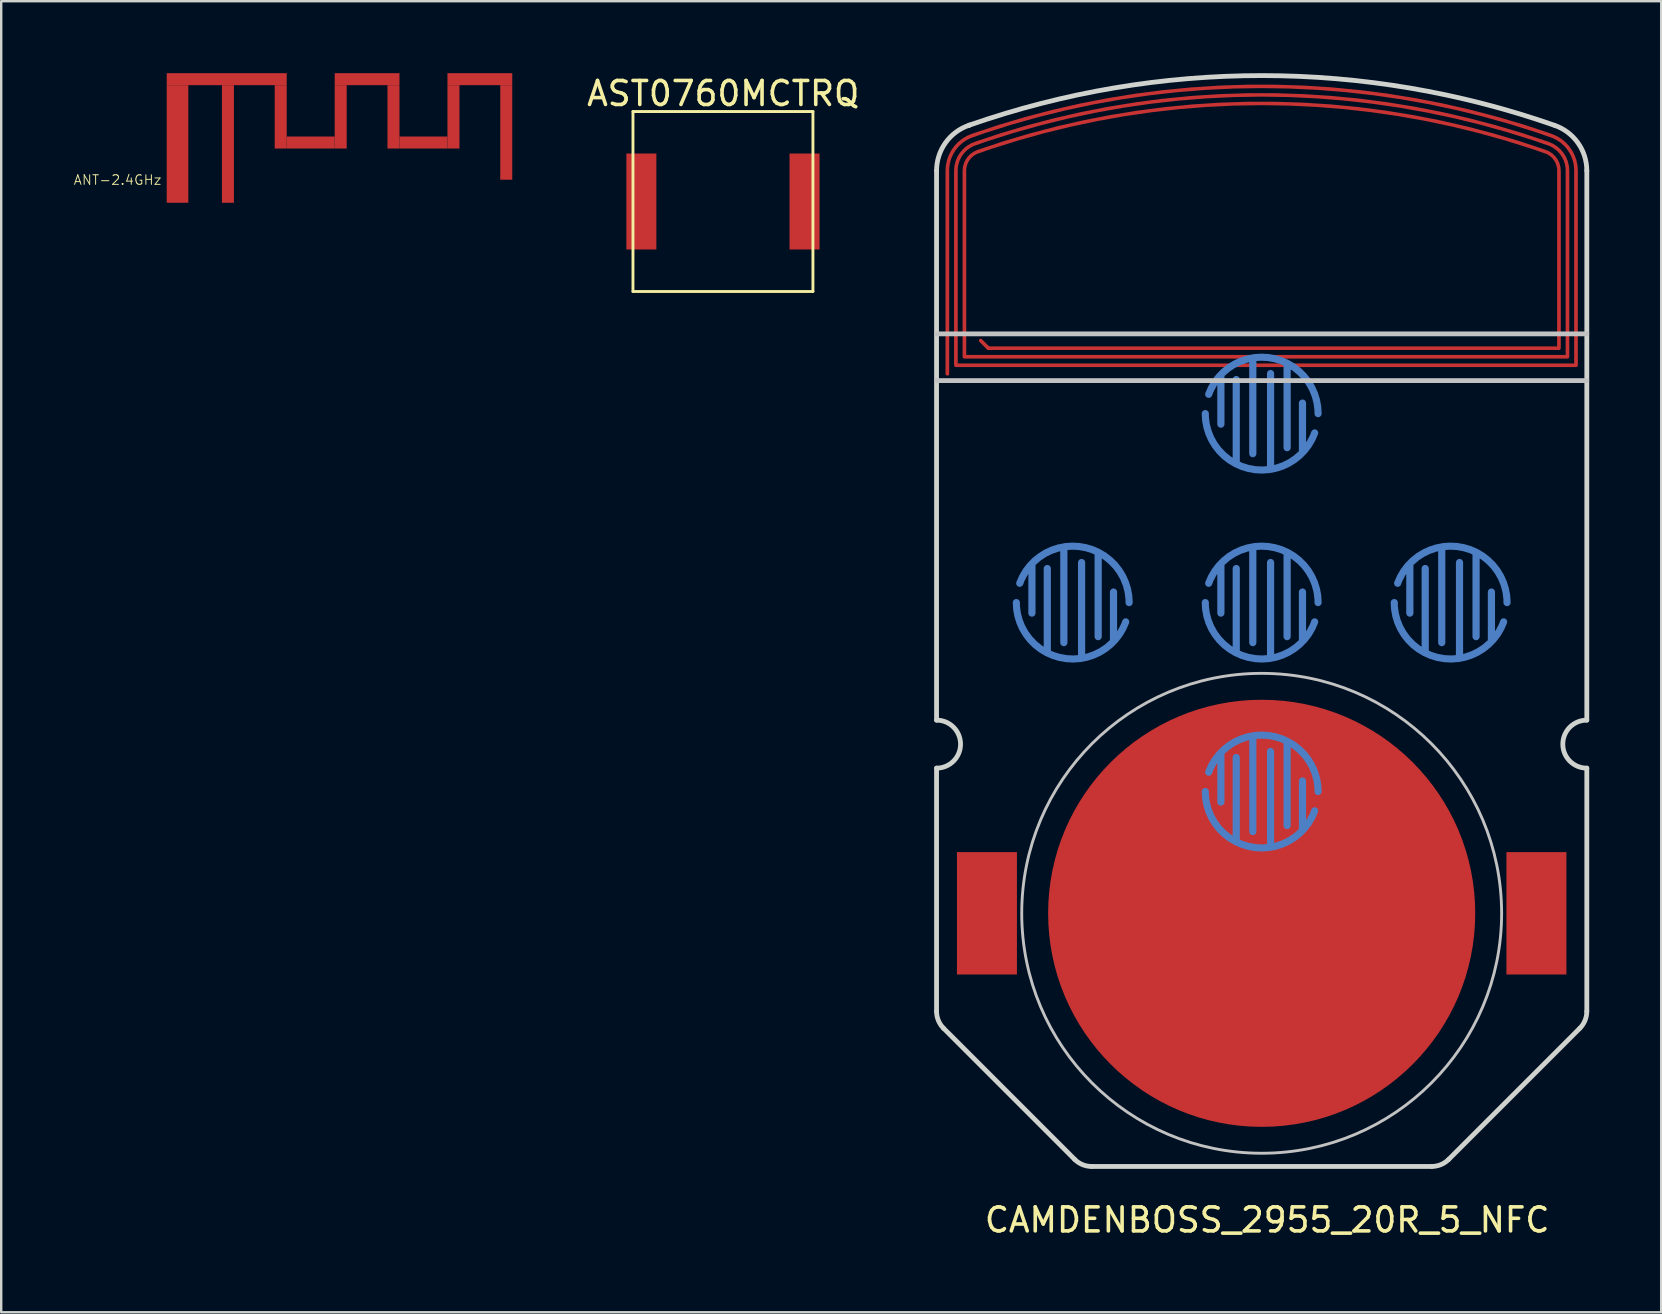
<source format=kicad_pcb>
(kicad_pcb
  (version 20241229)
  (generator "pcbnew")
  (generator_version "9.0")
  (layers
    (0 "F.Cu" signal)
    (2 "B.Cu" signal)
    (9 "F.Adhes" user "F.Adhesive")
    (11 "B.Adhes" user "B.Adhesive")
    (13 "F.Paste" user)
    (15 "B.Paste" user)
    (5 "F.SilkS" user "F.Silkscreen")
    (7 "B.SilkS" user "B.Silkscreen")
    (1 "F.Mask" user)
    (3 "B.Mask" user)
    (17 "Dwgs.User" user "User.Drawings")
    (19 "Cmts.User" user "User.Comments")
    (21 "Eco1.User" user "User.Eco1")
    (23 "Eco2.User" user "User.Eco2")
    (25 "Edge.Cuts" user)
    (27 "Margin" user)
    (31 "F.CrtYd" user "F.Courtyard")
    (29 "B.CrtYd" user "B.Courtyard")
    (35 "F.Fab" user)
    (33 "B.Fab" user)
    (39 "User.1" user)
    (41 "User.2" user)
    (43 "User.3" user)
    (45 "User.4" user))
  (footprint "ANT-2.4GHz"
    (layer "F.Cu")
    (at 4.349 2.95)
    (property "Reference" "ANT-2.4GHz" (at -2.5 1.5 0) (layer "F.SilkS") (effects (font (size 0.4 0.4) (thickness 0.04))))
    (attr through_hole)
    (pad "1" smd rect (at 0 0) (size 0.9 4.9) (layers "F.Cu"))
    (pad "2" smd rect (at 2.1 0) (size 0.5 4.9) (layers "F.Cu"))
    (pad "3" smd rect (at 2.05 -2.7) (size 5 0.5) (layers "F.Cu"))
    (pad "3" smd rect (at 4.3 -1.13) (size 0.5 2.64) (layers "F.Cu"))
    (pad "3" smd rect (at 5.55 -0.06) (size 2 0.5) (layers "F.Cu"))
    (pad "3" smd rect (at 6.8 -1.13) (size 0.5 2.64) (layers "F.Cu"))
    (pad "3" smd rect (at 7.9 -2.7) (size 2.7 0.5) (layers "F.Cu"))
    (pad "3" smd rect (at 9 -1.13) (size 0.5 2.64) (layers "F.Cu"))
    (pad "3" smd rect (at 10.25 -0.06) (size 2 0.5) (layers "F.Cu"))
    (pad "3" smd rect (at 11.5 -1.13) (size 0.5 2.64) (layers "F.Cu"))
    (pad "3" smd rect (at 12.6 -2.7) (size 2.7 0.5) (layers "F.Cu"))
    (pad "3" smd rect (at 13.7 -0.48) (size 0.5 3.94) (layers "F.Cu")))
  (footprint "CAMDENBOSS_2955_20R_5_NFC"
    (layer "F.Cu")
    (at 49.532 22.063)
    (property "Reference" "CAMDENBOSS_2955_20R_5_NFC" (at 0.23 25.73 0) (layer "F.SilkS") (effects (font (size 1 1) (thickness 0.15))))
    (attr through_hole)
    (fp_line (start -13.55 -11.2) (end 13.55 -11.2) (stroke (width 0.2) (type solid)) (layer "Dwgs.User"))
    (fp_line (start -13.55 -9.25) (end 13.55 -9.25) (stroke (width 0.2) (type solid)) (layer "Dwgs.User"))
    (fp_circle (center 0 12.95) (end 10 12.95) (stroke (width 0.12) (type solid)) (fill no) (layer "Dwgs.User"))
    (fp_line (start -13.55 -18) (end -13.55 4.9) (stroke (width 0.2) (type solid)) (layer "Edge.Cuts"))
    (fp_line (start -13.55 6.9) (end -13.55 17.036) (stroke (width 0.2) (type solid)) (layer "Edge.Cuts"))
    (fp_line (start -13.257 17.743) (end -7.793 23.207) (stroke (width 0.2) (type solid)) (layer "Edge.Cuts"))
    (fp_line (start -12.201 -19.891) (end -12.171 -19.901) (stroke (width 0.2) (type solid)) (layer "Edge.Cuts"))
    (fp_line (start -7.086 23.5) (end 7.086 23.5) (stroke (width 0.2) (type solid)) (layer "Edge.Cuts"))
    (fp_line (start 7.793 23.207) (end 13.257 17.743) (stroke (width 0.2) (type solid)) (layer "Edge.Cuts"))
    (fp_line (start 13.55 4.9) (end 13.55 -18) (stroke (width 0.2) (type solid)) (layer "Edge.Cuts"))
    (fp_line (start 13.55 17.036) (end 13.55 6.9) (stroke (width 0.2) (type solid)) (layer "Edge.Cuts"))
    (fp_arc (start -13.55 -18) (mid -13.178231 -19.161406) (end -12.201136 -19.891037) (stroke (width 0.2) (type solid)) (layer "Edge.Cuts"))
    (fp_arc (start -13.549999 4.9) (mid -12.549999 5.9) (end -13.549999 6.9) (stroke (width 0.2) (type solid)) (layer "Edge.Cuts"))
    (fp_arc (start -13.257106 17.742893) (mid -13.473879 17.41847) (end -13.549999 17.035786) (stroke (width 0.2) (type solid)) (layer "Edge.Cuts"))
    (fp_arc (start -12.171473 -19.901395) (mid 0.015709 -21.962845) (end 12.201135 -19.891037) (stroke (width 0.2) (type solid)) (layer "Edge.Cuts"))
    (fp_arc (start -7.085786 23.499999) (mid -7.468469 23.423879) (end -7.792893 23.207106) (stroke (width 0.2) (type solid)) (layer "Edge.Cuts"))
    (fp_arc (start 7.792893 23.207106) (mid 7.46847 23.423879) (end 7.085786 23.5) (stroke (width 0.2) (type solid)) (layer "Edge.Cuts"))
    (fp_arc (start 12.201135 -19.891037) (mid 13.17823 -19.161406) (end 13.549999 -18) (stroke (width 0.2) (type solid)) (layer "Edge.Cuts"))
    (fp_arc (start 13.549999 6.9) (mid 12.549999 5.9) (end 13.549999 4.9) (stroke (width 0.2) (type solid)) (layer "Edge.Cuts"))
    (fp_arc (start 13.55 17.035787) (mid 13.473879 17.41847) (end 13.257106 17.742893) (stroke (width 0.2) (type solid)) (layer "Edge.Cuts"))
    (pad "" smd circle (at -7.875 0) (size 5 5) (layers "B.Mask"))
    (pad "" smd circle (at 0 -7.875) (size 5 5) (layers "B.Mask"))
    (pad "" smd circle (at 0 0) (size 5 5) (layers "B.Mask"))
    (pad "" smd circle (at 0 7.875) (size 5 5) (layers "B.Mask"))
    (pad "" smd circle (at 7.875 0) (size 5 5) (layers "B.Mask"))
    (pad "1" smd circle (at 0 12.95 180) (size 17.8 17.8) (layers "F.Cu" "F.Mask"))
    (pad "2" smd rect (at -11.45 12.95 180) (size 2.5 5.1) (layers "F.Cu" "F.Mask" "F.Paste"))
    (pad "2" smd rect (at 11.45 12.95 180) (size 2.5 5.1) (layers "F.Cu" "F.Mask" "F.Paste"))
    (pad "3" smd custom (at 2.35 -7.875) (size 0.3 0.3) (layers "B.Cu") (options (anchor circle)) (primitives (gr_arc (start -4.558278 -0.803747) (mid -1.941927 -2.314298) (end 0 0) (width 0.3)) (gr_line (start -2.72 -2.31) (end -2.72 1.67) (width 0.3)) (gr_line (start -1.29 -2.08) (end -1.29 1.42) (width 0.3)) (gr_line (start -4.05 0.44) (end -4.05 -1.61) (width 0.3))))
    (pad "4" smd custom (at -2.35 -7.875) (size 0.3 0.3) (layers "B.Cu" "B.Mask") (options (anchor circle)) (primitives (gr_line (start 1.29 2.08) (end 1.29 -1.42) (width 0.3)) (gr_line (start 4.05 -0.44) (end 4.05 1.61) (width 0.3)) (gr_arc (start 4.558278 0.803747) (mid 1.941927 2.314298) (end 0 0) (width 0.3)) (gr_line (start 2.72 2.31) (end 2.72 -1.67) (width 0.3))))
    (pad "5" smd custom (at 10.225 0) (size 0.3 0.3) (layers "B.Cu") (options (anchor circle)) (primitives (gr_arc (start -4.558278 -0.803747) (mid -1.941927 -2.314298) (end 0 0) (width 0.3)) (gr_line (start -2.72 -2.31) (end -2.72 1.67) (width 0.3)) (gr_line (start -1.29 -2.08) (end -1.29 1.42) (width 0.3)) (gr_line (start -4.05 0.44) (end -4.05 -1.61) (width 0.3))))
    (pad "6" smd custom (at 5.525 0) (size 0.3 0.3) (layers "B.Cu" "B.Mask") (options (anchor circle)) (primitives (gr_line (start 1.29 2.08) (end 1.29 -1.42) (width 0.3)) (gr_line (start 4.05 -0.44) (end 4.05 1.61) (width 0.3)) (gr_arc (start 4.558278 0.803747) (mid 1.941927 2.314298) (end 0 0) (width 0.3)) (gr_line (start 2.72 2.31) (end 2.72 -1.67) (width 0.3))))
    (pad "7" smd custom (at 2.35 7.875) (size 0.3 0.3) (layers "B.Cu") (options (anchor circle)) (primitives (gr_arc (start -4.558278 -0.803747) (mid -1.941927 -2.314298) (end 0 0) (width 0.3)) (gr_line (start -2.72 -2.31) (end -2.72 1.67) (width 0.3)) (gr_line (start -1.29 -2.08) (end -1.29 1.42) (width 0.3)) (gr_line (start -4.05 0.44) (end -4.05 -1.61) (width 0.3))))
    (pad "8" smd custom (at -2.35 7.875) (size 0.3 0.3) (layers "B.Cu" "B.Mask") (options (anchor circle)) (primitives (gr_line (start 1.29 2.08) (end 1.29 -1.42) (width 0.3)) (gr_line (start 4.05 -0.44) (end 4.05 1.61) (width 0.3)) (gr_arc (start 4.558278 0.803747) (mid 1.941927 2.314298) (end 0 0) (width 0.3)) (gr_line (start 2.72 2.31) (end 2.72 -1.67) (width 0.3))))
    (pad "9" smd custom (at -5.525 0) (size 0.3 0.3) (layers "B.Cu") (options (anchor circle)) (primitives (gr_arc (start -4.558278 -0.803747) (mid -1.941927 -2.314298) (end 0 0) (width 0.3)) (gr_line (start -2.72 -2.31) (end -2.72 1.67) (width 0.3)) (gr_line (start -1.29 -2.08) (end -1.29 1.42) (width 0.3)) (gr_line (start -4.05 0.44) (end -4.05 -1.61) (width 0.3))))
    (pad "10" smd custom (at -10.225 0) (size 0.3 0.3) (layers "B.Cu" "B.Mask") (options (anchor circle)) (primitives (gr_line (start 1.29 2.08) (end 1.29 -1.42) (width 0.3)) (gr_line (start 4.05 -0.44) (end 4.05 1.61) (width 0.3)) (gr_arc (start 4.558278 0.803747) (mid 1.941927 2.314298) (end 0 0) (width 0.3)) (gr_line (start 2.72 2.31) (end 2.72 -1.67) (width 0.3))))
    (pad "11" smd custom (at 2.35 0) (size 0.3 0.3) (layers "B.Cu") (options (anchor circle)) (primitives (gr_arc (start -4.558278 -0.803747) (mid -1.941927 -2.314298) (end 0 0) (width 0.3)) (gr_line (start -2.72 -2.31) (end -2.72 1.67) (width 0.3)) (gr_line (start -1.29 -2.08) (end -1.29 1.42) (width 0.3)) (gr_line (start -4.05 0.44) (end -4.05 -1.61) (width 0.3))))
    (pad "12" smd custom (at -2.35 0) (size 0.3 0.3) (layers "B.Cu" "B.Mask") (options (anchor circle)) (primitives (gr_line (start 1.29 2.08) (end 1.29 -1.42) (width 0.3)) (gr_line (start 4.05 -0.44) (end 4.05 1.61) (width 0.3)) (gr_arc (start 4.558278 0.803747) (mid 1.941927 2.314298) (end 0 0) (width 0.3)) (gr_line (start 2.72 2.31) (end 2.72 -1.67) (width 0.3))))
    (pad "13" connect custom (at -11.71 -10.92) (size 0.152 0.152) (layers "F.Cu") (options (anchor circle)) (primitives (gr_line (start 0 0) (end 0.319 0.319) (width 0.152))))
    (pad "14" connect custom (at -13.1 -9.534) (size 0.152 0.152) (layers "F.Cu") (options (anchor circle)) (primitives (gr_arc (start 0.7112 -8.4656) (mid 0.86712 -8.952693) (end 1.276913 -9.258701) (width 0.1524)) (gr_arc (start 0.3556 -8.4656) (mid 0.57762 -9.159191) (end 1.161141 -9.594927) (width 0.1524)) (gr_line (start 0.711 -0.711) (end 0.711 -8.466) (width 0.152)) (gr_line (start 25.844 -0.711) (end 25.844 -8.466) (width 0.152)) (gr_line (start 26.2 -0.356) (end 26.2 -8.466) (width 0.152)) (gr_arc (start 25.038858 -9.594928) (mid 25.622379 -9.159192) (end 25.8444 -8.4656) (width 0.1524)) (gr_line (start 25.489 -1.067) (end 25.489 -8.466) (width 0.152)) (gr_line (start 0 0) (end 0 -8.466) (width 0.152)) (gr_line (start 0.356 -0.356) (end 0.356 -8.466) (width 0.152)) (gr_arc (start 1.257157 -9.251783) (mid 13.089533 -11.267262) (end 24.923086 -9.258702) (width 0.1524)) (gr_arc (start 25.15463 -9.931155) (mid 25.911879 -9.36569) (end 26.2 -8.4656) (width 0.1524)) (gr_arc (start 0 -8.4656) (mid 0.288121 -9.365689) (end 1.045369 -9.931154) (width 0.1524)) (gr_line (start 1.709 -1.067) (end 25.489 -1.067) (width 0.152)) (gr_arc (start 24.923086 -9.258702) (mid 25.33288 -8.952694) (end 25.4888 -8.4656) (width 0.1524)) (gr_line (start 0.711 -0.711) (end 25.844 -0.711) (width 0.152)) (gr_line (start 0.356 -0.356) (end 26.2 -0.356) (width 0.152)) (gr_arc (start 1.018584 -9.921775) (mid 13.08581 -11.978453) (end 25.15463 -9.931155) (width 0.1524)) (gr_arc (start 1.137871 -9.586778) (mid 13.087672 -11.622856) (end 25.038858 -9.594928) (width 0.1524)))))
  (footprint "AST0760MCTRQ"
    (layer "F.Cu")
    (at 27.08 5.348)
    (property "Reference" "AST0760MCTRQ" (at 0.01 -4.5 0) (layer "F.SilkS") (effects (font (size 1 1) (thickness 0.15))))
    (attr smd)
    (fp_line (start -3.75 -3.75) (end 3.75 -3.75) (stroke (width 0.12) (type solid)) (layer "F.SilkS"))
    (fp_line (start -3.75 3.75) (end -3.75 -3.75) (stroke (width 0.12) (type solid)) (layer "F.SilkS"))
    (fp_line (start 3.75 -3.75) (end 3.75 3.75) (stroke (width 0.12) (type solid)) (layer "F.SilkS"))
    (fp_line (start 3.75 3.75) (end -3.75 3.75) (stroke (width 0.12) (type solid)) (layer "F.SilkS"))
    (pad "1" smd rect (at -3.4 0) (size 1.25 4) (layers "F.Cu" "F.Mask" "F.Paste"))
    (pad "2" smd rect (at 3.4 0) (size 1.25 4) (layers "F.Cu" "F.Mask" "F.Paste")))
  (gr_rect
    (start -3 -3)
    (end 66.182 51.641)
    (stroke (width 0.1) (type default))
    (fill no)
    (layer "Edge.Cuts")))
</source>
